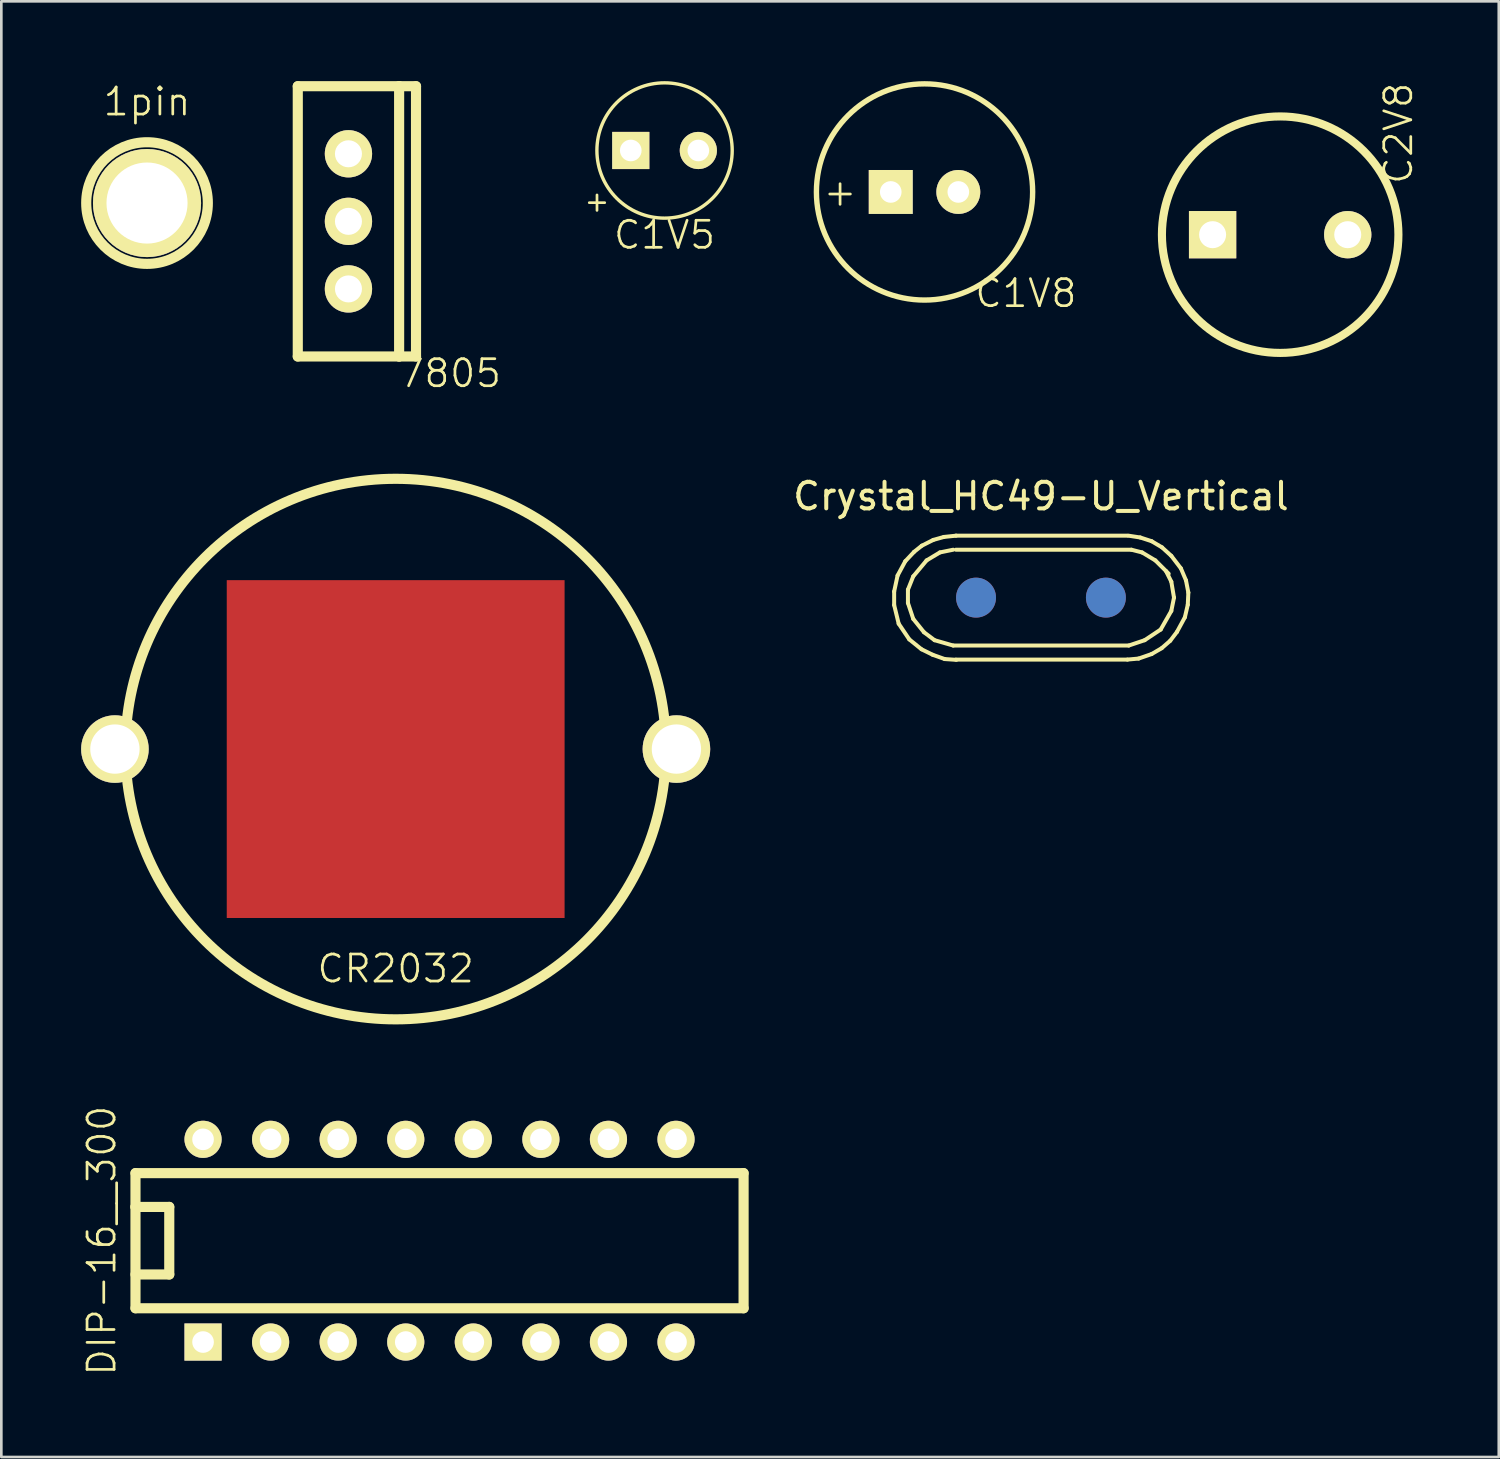
<source format=kicad_pcb>
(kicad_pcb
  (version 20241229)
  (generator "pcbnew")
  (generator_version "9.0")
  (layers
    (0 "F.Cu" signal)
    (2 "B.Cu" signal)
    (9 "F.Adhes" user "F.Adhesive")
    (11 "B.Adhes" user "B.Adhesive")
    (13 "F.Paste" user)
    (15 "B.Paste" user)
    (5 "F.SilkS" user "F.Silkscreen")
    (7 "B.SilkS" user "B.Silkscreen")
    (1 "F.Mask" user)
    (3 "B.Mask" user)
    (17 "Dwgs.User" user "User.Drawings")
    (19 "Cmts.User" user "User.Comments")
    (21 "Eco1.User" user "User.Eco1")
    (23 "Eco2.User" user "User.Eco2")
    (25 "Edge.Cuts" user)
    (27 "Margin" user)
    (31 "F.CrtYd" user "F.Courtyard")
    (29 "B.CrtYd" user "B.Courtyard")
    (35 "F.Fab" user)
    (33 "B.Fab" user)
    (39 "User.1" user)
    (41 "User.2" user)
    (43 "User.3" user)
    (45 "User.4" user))
  (footprint "1pin"
    (layer "F.Cu")
    (at 2.477 4.583)
    (property "Reference" "1pin" (at 0 -3.81 0) (layer "F.SilkS") (effects (font (size 1.016 1.016) (thickness 0.102))))
    (attr through_hole)
    (fp_circle (center 0 0) (end 0 -2.286) (stroke (width 0.381) (type solid)) (fill no) (layer "F.SilkS"))
    (pad "1" thru_hole circle (at 0 0) (size 4.064 4.064) (drill 3.048) (layers "*.Cu" "*.Mask" "F.SilkS")))
  (footprint "7805"
    (layer "F.Cu")
    (at 10.049 5.271)
    (property "Reference" "7805" (at 3.81 5.715 0) (layer "F.SilkS") (effects (font (size 1.016 1.016) (thickness 0.102))))
    (attr through_hole)
    (fp_line (start -1.905 -5.08) (end 1.905 -5.08) (stroke (width 0.381) (type solid)) (layer "F.SilkS"))
    (fp_line (start -1.905 5.08) (end -1.905 -5.08) (stroke (width 0.381) (type solid)) (layer "F.SilkS"))
    (fp_line (start 1.905 -5.08) (end 1.905 5.08) (stroke (width 0.381) (type solid)) (layer "F.SilkS"))
    (fp_line (start 1.905 -5.08) (end 2.54 -5.08) (stroke (width 0.381) (type solid)) (layer "F.SilkS"))
    (fp_line (start 1.905 5.08) (end -1.905 5.08) (stroke (width 0.381) (type solid)) (layer "F.SilkS"))
    (fp_line (start 2.54 -5.08) (end 2.54 5.08) (stroke (width 0.381) (type solid)) (layer "F.SilkS"))
    (fp_line (start 2.54 5.08) (end 1.905 5.08) (stroke (width 0.381) (type solid)) (layer "F.SilkS"))
    (pad "1" thru_hole circle (at 0 -2.54) (size 1.778 1.778) (drill 1.016) (layers "*.Cu" "*.Mask" "F.SilkS"))
    (pad "2" thru_hole circle (at 0 0) (size 1.778 1.778) (drill 1.016) (layers "*.Cu" "*.Mask" "F.SilkS"))
    (pad "3" thru_hole circle (at 0 2.54) (size 1.778 1.778) (drill 1.016) (layers "*.Cu" "*.Mask" "F.SilkS")))
  (footprint "C1V5"
    (placed yes)
    (layer "F.Cu")
    (at 21.932 2.607)
    (property "Reference" "C1V5" (at 0 3.175 0) (layer "F.SilkS") (effects (font (size 1.016 1.016) (thickness 0.102))))
    (attr through_hole)
    (fp_circle (center 0 0) (end 0.127 -2.54) (stroke (width 0.127) (type solid)) (fill no) (layer "F.SilkS"))
    (fp_text user "+" (at -2.54 1.905 0) (layer "F.SilkS") (effects (font (size 0.762 0.762) (thickness 0.102))))
    (pad "1" thru_hole rect (at -1.27 0) (size 1.397 1.397) (drill 0.813) (layers "*.Cu" "*.Mask" "F.SilkS"))
    (pad "2" thru_hole circle (at 1.27 0) (size 1.397 1.397) (drill 0.813) (layers "*.Cu" "*.Mask" "F.SilkS")))
  (footprint "DIP-16__300"
    (layer "F.Cu")
    (at 13.473 43.59)
    (property "Reference" "DIP-16__300" (at -12.7 0 90) (layer "F.SilkS") (effects (font (size 1.016 1.016) (thickness 0.102))))
    (attr through_hole)
    (fp_line (start -11.43 -2.54) (end 11.43 -2.54) (stroke (width 0.381) (type solid)) (layer "F.SilkS"))
    (fp_line (start -11.43 -1.27) (end -11.43 -1.27) (stroke (width 0.381) (type solid)) (layer "F.SilkS"))
    (fp_line (start -11.43 -1.27) (end -10.16 -1.27) (stroke (width 0.381) (type solid)) (layer "F.SilkS"))
    (fp_line (start -11.43 2.54) (end -11.43 -2.54) (stroke (width 0.381) (type solid)) (layer "F.SilkS"))
    (fp_line (start -10.16 -1.27) (end -10.16 1.27) (stroke (width 0.381) (type solid)) (layer "F.SilkS"))
    (fp_line (start -10.16 1.27) (end -11.43 1.27) (stroke (width 0.381) (type solid)) (layer "F.SilkS"))
    (fp_line (start 11.43 -2.54) (end 11.43 2.54) (stroke (width 0.381) (type solid)) (layer "F.SilkS"))
    (fp_line (start 11.43 2.54) (end -11.43 2.54) (stroke (width 0.381) (type solid)) (layer "F.SilkS"))
    (pad "1" thru_hole rect (at -8.89 3.81) (size 1.397 1.397) (drill 0.813) (layers "*.Cu" "*.Mask" "F.SilkS"))
    (pad "2" thru_hole circle (at -6.35 3.81) (size 1.397 1.397) (drill 0.813) (layers "*.Cu" "*.Mask" "F.SilkS"))
    (pad "3" thru_hole circle (at -3.81 3.81) (size 1.397 1.397) (drill 0.813) (layers "*.Cu" "*.Mask" "F.SilkS"))
    (pad "4" thru_hole circle (at -1.27 3.81) (size 1.397 1.397) (drill 0.813) (layers "*.Cu" "*.Mask" "F.SilkS"))
    (pad "5" thru_hole circle (at 1.27 3.81) (size 1.397 1.397) (drill 0.813) (layers "*.Cu" "*.Mask" "F.SilkS"))
    (pad "6" thru_hole circle (at 3.81 3.81) (size 1.397 1.397) (drill 0.813) (layers "*.Cu" "*.Mask" "F.SilkS"))
    (pad "7" thru_hole circle (at 6.35 3.81) (size 1.397 1.397) (drill 0.813) (layers "*.Cu" "*.Mask" "F.SilkS"))
    (pad "8" thru_hole circle (at 8.89 3.81) (size 1.397 1.397) (drill 0.813) (layers "*.Cu" "*.Mask" "F.SilkS"))
    (pad "9" thru_hole circle (at 8.89 -3.81) (size 1.397 1.397) (drill 0.813) (layers "*.Cu" "*.Mask" "F.SilkS"))
    (pad "10" thru_hole circle (at 6.35 -3.81) (size 1.397 1.397) (drill 0.813) (layers "*.Cu" "*.Mask" "F.SilkS"))
    (pad "11" thru_hole circle (at 3.81 -3.81) (size 1.397 1.397) (drill 0.813) (layers "*.Cu" "*.Mask" "F.SilkS"))
    (pad "12" thru_hole circle (at 1.27 -3.81) (size 1.397 1.397) (drill 0.813) (layers "*.Cu" "*.Mask" "F.SilkS"))
    (pad "13" thru_hole circle (at -1.27 -3.81) (size 1.397 1.397) (drill 0.813) (layers "*.Cu" "*.Mask" "F.SilkS"))
    (pad "14" thru_hole circle (at -3.81 -3.81) (size 1.397 1.397) (drill 0.813) (layers "*.Cu" "*.Mask" "F.SilkS"))
    (pad "15" thru_hole circle (at -6.35 -3.81) (size 1.397 1.397) (drill 0.813) (layers "*.Cu" "*.Mask" "F.SilkS"))
    (pad "16" thru_hole circle (at -8.89 -3.81) (size 1.397 1.397) (drill 0.813) (layers "*.Cu" "*.Mask" "F.SilkS")))
  (footprint "C1V8"
    (layer "F.Cu")
    (at 31.705 4.166)
    (property "Reference" "C1V8" (at 3.81 3.81 0) (layer "F.SilkS") (effects (font (size 1.016 1.016) (thickness 0.102))))
    (attr through_hole)
    (fp_circle (center 0 0) (end 4.064 0) (stroke (width 0.203) (type solid)) (fill no) (layer "F.SilkS"))
    (fp_text user "+" (at -3.175 0 0) (layer "F.SilkS") (effects (font (size 1.016 1.016) (thickness 0.102))))
    (pad "1" thru_hole rect (at -1.27 0) (size 1.651 1.651) (drill 0.813) (layers "*.Cu" "*.Mask" "F.SilkS"))
    (pad "2" thru_hole circle (at 1.27 0) (size 1.651 1.651) (drill 0.813) (layers "*.Cu" "*.Mask" "F.SilkS")))
  (footprint "C2V8"
    (layer "F.Cu")
    (at 45.074 5.772)
    (property "Reference" "C2V8" (at 4.445 -3.81 90) (layer "F.SilkS") (effects (font (size 1.016 1.016) (thickness 0.102))))
    (attr through_hole)
    (fp_circle (center 0 0) (end -4.445 0) (stroke (width 0.305) (type solid)) (fill no) (layer "F.SilkS"))
    (pad "1" thru_hole rect (at -2.54 0) (size 1.778 1.778) (drill 1.016) (layers "*.Cu" "*.Mask" "F.SilkS"))
    (pad "2" thru_hole circle (at 2.54 0) (size 1.778 1.778) (drill 1.016) (layers "*.Cu" "*.Mask" "F.SilkS")))
  (footprint "CR2032"
    (layer "F.Cu")
    (at 11.824 25.109)
    (property "Reference" "CR2032" (at 0 8.255 0) (layer "F.SilkS") (effects (font (size 1.016 1.016) (thickness 0.102))))
    (attr through_hole)
    (fp_circle (center 0 0) (end 10.16 0) (stroke (width 0.381) (type solid)) (fill no) (layer "F.SilkS"))
    (pad "1" thru_hole circle (at -10.554 0) (size 2.54 2.54) (drill 1.854) (layers "*.Cu" "*.Mask" "F.SilkS"))
    (pad "1" thru_hole circle (at 10.554 0) (size 2.54 2.54) (drill 1.854) (layers "*.Cu" "*.Mask" "F.SilkS"))
    (pad "2" smd rect (at 0 0) (size 12.7 12.7) (layers "F.Cu" "F.Mask" "F.Paste")))
  (footprint "Crystal_HC49-U_Vertical"
    (layer "F.Cu")
    (at 36.082 19.416)
    (property "Reference" "Crystal_HC49-U_Vertical" (at 0 -3.81 0) (layer "F.SilkS") (effects (font (size 1 1) (thickness 0.15))))
    (attr through_hole)
    (fp_line (start -5.519 -0.231) (end -5.519 0.279) (stroke (width 0.15) (type solid)) (layer "F.SilkS"))
    (fp_line (start -5.519 0.279) (end -5.349 0.98) (stroke (width 0.15) (type solid)) (layer "F.SilkS"))
    (fp_line (start -5.39 -0.831) (end -5.519 -0.231) (stroke (width 0.15) (type solid)) (layer "F.SilkS"))
    (fp_line (start -5.349 0.98) (end -4.95 1.57) (stroke (width 0.15) (type solid)) (layer "F.SilkS"))
    (fp_line (start -5.1 -1.369) (end -5.39 -0.831) (stroke (width 0.15) (type solid)) (layer "F.SilkS"))
    (fp_line (start -5.001 -0.3) (end -4.801 -0.8) (stroke (width 0.15) (type solid)) (layer "F.SilkS"))
    (fp_line (start -5.001 0.201) (end -5.001 -0.3) (stroke (width 0.15) (type solid)) (layer "F.SilkS"))
    (fp_line (start -4.95 1.57) (end -4.491 1.941) (stroke (width 0.15) (type solid)) (layer "F.SilkS"))
    (fp_line (start -4.801 -0.8) (end -4.3 -1.399) (stroke (width 0.15) (type solid)) (layer "F.SilkS"))
    (fp_line (start -4.801 0.8) (end -5.001 0.201) (stroke (width 0.15) (type solid)) (layer "F.SilkS"))
    (fp_line (start -4.77 -1.72) (end -5.1 -1.369) (stroke (width 0.15) (type solid)) (layer "F.SilkS"))
    (fp_line (start -4.491 1.941) (end -4.069 2.149) (stroke (width 0.15) (type solid)) (layer "F.SilkS"))
    (fp_line (start -4.481 -1.951) (end -4.77 -1.72) (stroke (width 0.15) (type solid)) (layer "F.SilkS"))
    (fp_line (start -4.399 1.3) (end -4.801 0.8) (stroke (width 0.15) (type solid)) (layer "F.SilkS"))
    (fp_line (start -4.3 -1.399) (end -3.8 -1.699) (stroke (width 0.15) (type solid)) (layer "F.SilkS"))
    (fp_line (start -4.069 2.149) (end -3.619 2.309) (stroke (width 0.15) (type solid)) (layer "F.SilkS"))
    (fp_line (start -4.049 -2.169) (end -4.481 -1.951) (stroke (width 0.15) (type solid)) (layer "F.SilkS"))
    (fp_line (start -4 1.6) (end -4.399 1.3) (stroke (width 0.15) (type solid)) (layer "F.SilkS"))
    (fp_line (start -3.8 -1.699) (end -3.3 -1.801) (stroke (width 0.15) (type solid)) (layer "F.SilkS"))
    (fp_line (start -3.65 -2.281) (end -4.049 -2.169) (stroke (width 0.15) (type solid)) (layer "F.SilkS"))
    (fp_line (start -3.619 2.309) (end -3.18 2.339) (stroke (width 0.15) (type solid)) (layer "F.SilkS"))
    (fp_line (start -3.3 1.801) (end -4 1.6) (stroke (width 0.15) (type solid)) (layer "F.SilkS"))
    (fp_line (start -3.2 -2.329) (end 3.251 -2.329) (stroke (width 0.15) (type solid)) (layer "F.SilkS"))
    (fp_line (start -3.2 -1.801) (end 3.401 -1.801) (stroke (width 0.15) (type solid)) (layer "F.SilkS"))
    (fp_line (start -3.2 2.329) (end 3.251 2.329) (stroke (width 0.15) (type solid)) (layer "F.SilkS"))
    (fp_line (start -3.19 -2.329) (end -3.65 -2.281) (stroke (width 0.15) (type solid)) (layer "F.SilkS"))
    (fp_line (start 3.251 2.329) (end 3.67 2.291) (stroke (width 0.15) (type solid)) (layer "F.SilkS"))
    (fp_line (start 3.3 1.801) (end -3.3 1.801) (stroke (width 0.15) (type solid)) (layer "F.SilkS"))
    (fp_line (start 3.401 -1.801) (end 3.8 -1.699) (stroke (width 0.15) (type solid)) (layer "F.SilkS"))
    (fp_line (start 3.67 2.291) (end 4.16 2.121) (stroke (width 0.15) (type solid)) (layer "F.SilkS"))
    (fp_line (start 3.731 -2.261) (end 3.289 -2.329) (stroke (width 0.15) (type solid)) (layer "F.SilkS"))
    (fp_line (start 3.8 -1.699) (end 4.3 -1.399) (stroke (width 0.15) (type solid)) (layer "F.SilkS"))
    (fp_line (start 3.899 1.6) (end 3.3 1.801) (stroke (width 0.15) (type solid)) (layer "F.SilkS"))
    (fp_line (start 4.16 -2.121) (end 3.731 -2.261) (stroke (width 0.15) (type solid)) (layer "F.SilkS"))
    (fp_line (start 4.16 2.121) (end 4.539 1.9) (stroke (width 0.15) (type solid)) (layer "F.SilkS"))
    (fp_line (start 4.3 -1.399) (end 4.801 -0.899) (stroke (width 0.15) (type solid)) (layer "F.SilkS"))
    (fp_line (start 4.501 1.199) (end 3.899 1.6) (stroke (width 0.15) (type solid)) (layer "F.SilkS"))
    (fp_line (start 4.539 1.9) (end 4.859 1.621) (stroke (width 0.15) (type solid)) (layer "F.SilkS"))
    (fp_line (start 4.549 -1.89) (end 4.16 -2.121) (stroke (width 0.15) (type solid)) (layer "F.SilkS"))
    (fp_line (start 4.699 -1.001) (end 4.9 -0.599) (stroke (width 0.15) (type solid)) (layer "F.SilkS"))
    (fp_line (start 4.859 1.621) (end 5.111 1.29) (stroke (width 0.15) (type solid)) (layer "F.SilkS"))
    (fp_line (start 4.9 -1.57) (end 4.549 -1.89) (stroke (width 0.15) (type solid)) (layer "F.SilkS"))
    (fp_line (start 4.9 -0.599) (end 5.001 0) (stroke (width 0.15) (type solid)) (layer "F.SilkS"))
    (fp_line (start 4.9 0.5) (end 4.501 1.199) (stroke (width 0.15) (type solid)) (layer "F.SilkS"))
    (fp_line (start 5.001 0) (end 4.9 0.5) (stroke (width 0.15) (type solid)) (layer "F.SilkS"))
    (fp_line (start 5.111 1.29) (end 5.41 0.739) (stroke (width 0.15) (type solid)) (layer "F.SilkS"))
    (fp_line (start 5.26 -1.1) (end 4.9 -1.57) (stroke (width 0.15) (type solid)) (layer "F.SilkS"))
    (fp_line (start 5.41 0.739) (end 5.519 0.269) (stroke (width 0.15) (type solid)) (layer "F.SilkS"))
    (fp_line (start 5.451 -0.65) (end 5.26 -1.1) (stroke (width 0.15) (type solid)) (layer "F.SilkS"))
    (fp_line (start 5.519 0.269) (end 5.54 -0.191) (stroke (width 0.15) (type solid)) (layer "F.SilkS"))
    (fp_line (start 5.54 -0.191) (end 5.451 -0.65) (stroke (width 0.15) (type solid)) (layer "F.SilkS"))
    (pad "1" smd circle (at -2.441 0) (size 1.501 1.501) (layers "*.Cu" "*.Mask"))
    (pad "2" smd circle (at 2.441 0) (size 1.501 1.501) (layers "*.Cu" "*.Mask")))
  (gr_rect
    (start -3 -3)
    (end 53.292 51.721)
    (stroke (width 0.1) (type default))
    (fill no)
    (layer "Edge.Cuts")))
</source>
